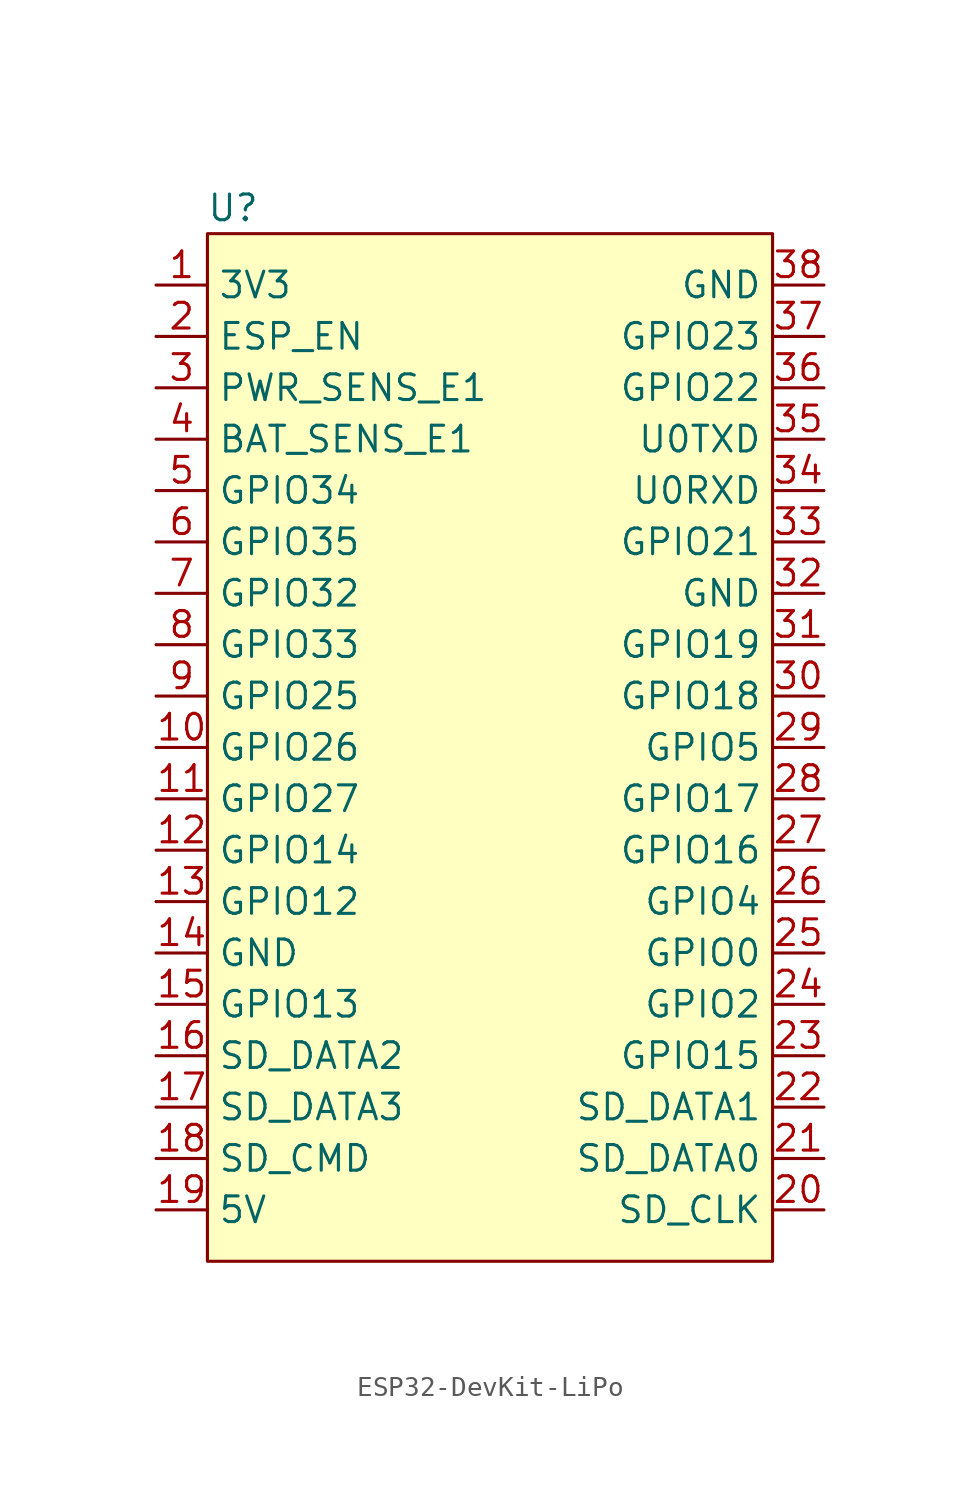
<source format=kicad_sym>
(kicad_symbol_lib
  (version 20220914)
  (generator kicad_symbol_editor)
  (symbol "ESP32-DevKit-LiPo"
    (property "Reference" "U"
      (at -12.7 26.67 0)
      (effects (font (size 1.27 1.27))))
    (property "Value" ""
      (at -7.62 16.51 0)
      (effects (font (size 1.27 1.27))))
    (symbol "ESP32-DevKit-LiPo_1_1"
      (rectangle (start -13.97 25.4) (end 13.97 -25.4) (stroke (width 0) (type default)) (fill (type background)))
      (pin output line (at -16.51 22.86 0) (length 2.54) (name "3V3" (effects (font (size 1.27 1.27)))) (number "1" (effects (font (size 1.27 1.27)))))
      (pin bidirectional line (at -16.51 0 0) (length 2.54) (name "GPIO26" (effects (font (size 1.27 1.27)))) (number "10" (effects (font (size 1.27 1.27)))))
      (pin bidirectional line (at -16.51 -2.54 0) (length 2.54) (name "GPIO27" (effects (font (size 1.27 1.27)))) (number "11" (effects (font (size 1.27 1.27)))))
      (pin bidirectional line (at -16.51 -5.08 0) (length 2.54) (name "GPIO14" (effects (font (size 1.27 1.27)))) (number "12" (effects (font (size 1.27 1.27)))))
      (pin bidirectional line (at -16.51 -7.62 0) (length 2.54) (name "GPIO12" (effects (font (size 1.27 1.27)))) (number "13" (effects (font (size 1.27 1.27)))))
      (pin output line (at -16.51 -10.16 0) (length 2.54) (name "GND" (effects (font (size 1.27 1.27)))) (number "14" (effects (font (size 1.27 1.27)))))
      (pin bidirectional line (at -16.51 -12.7 0) (length 2.54) (name "GPIO13" (effects (font (size 1.27 1.27)))) (number "15" (effects (font (size 1.27 1.27)))))
      (pin bidirectional line (at -16.51 -15.24 0) (length 2.54) (name "SD_DATA2" (effects (font (size 1.27 1.27)))) (number "16" (effects (font (size 1.27 1.27)))))
      (pin bidirectional line (at -16.51 -17.78 0) (length 2.54) (name "SD_DATA3" (effects (font (size 1.27 1.27)))) (number "17" (effects (font (size 1.27 1.27)))))
      (pin bidirectional line (at -16.51 -20.32 0) (length 2.54) (name "SD_CMD" (effects (font (size 1.27 1.27)))) (number "18" (effects (font (size 1.27 1.27)))))
      (pin output line (at -16.51 -22.86 0) (length 2.54) (name "5V" (effects (font (size 1.27 1.27)))) (number "19" (effects (font (size 1.27 1.27)))))
      (pin input line (at -16.51 20.32 0) (length 2.54) (name "ESP_EN" (effects (font (size 1.27 1.27)))) (number "2" (effects (font (size 1.27 1.27)))))
      (pin bidirectional line (at 16.51 -22.86 180) (length 2.54) (name "SD_CLK" (effects (font (size 1.27 1.27)))) (number "20" (effects (font (size 1.27 1.27)))))
      (pin bidirectional line (at 16.51 -20.32 180) (length 2.54) (name "SD_DATA0" (effects (font (size 1.27 1.27)))) (number "21" (effects (font (size 1.27 1.27)))))
      (pin bidirectional line (at 16.51 -17.78 180) (length 2.54) (name "SD_DATA1" (effects (font (size 1.27 1.27)))) (number "22" (effects (font (size 1.27 1.27)))))
      (pin bidirectional line (at 16.51 -15.24 180) (length 2.54) (name "GPIO15" (effects (font (size 1.27 1.27)))) (number "23" (effects (font (size 1.27 1.27)))))
      (pin bidirectional line (at 16.51 -12.7 180) (length 2.54) (name "GPIO2" (effects (font (size 1.27 1.27)))) (number "24" (effects (font (size 1.27 1.27)))))
      (pin bidirectional line (at 16.51 -10.16 180) (length 2.54) (name "GPIO0" (effects (font (size 1.27 1.27)))) (number "25" (effects (font (size 1.27 1.27)))))
      (pin bidirectional line (at 16.51 -7.62 180) (length 2.54) (name "GPIO4" (effects (font (size 1.27 1.27)))) (number "26" (effects (font (size 1.27 1.27)))))
      (pin bidirectional line (at 16.51 -5.08 180) (length 2.54) (name "GPIO16" (effects (font (size 1.27 1.27)))) (number "27" (effects (font (size 1.27 1.27)))))
      (pin bidirectional line (at 16.51 -2.54 180) (length 2.54) (name "GPIO17" (effects (font (size 1.27 1.27)))) (number "28" (effects (font (size 1.27 1.27)))))
      (pin bidirectional line (at 16.51 0 180) (length 2.54) (name "GPIO5" (effects (font (size 1.27 1.27)))) (number "29" (effects (font (size 1.27 1.27)))))
      (pin input line (at -16.51 17.78 0) (length 2.54) (name "PWR_SENS_E1" (effects (font (size 1.27 1.27)))) (number "3" (effects (font (size 1.27 1.27)))))
      (pin bidirectional line (at 16.51 2.54 180) (length 2.54) (name "GPIO18" (effects (font (size 1.27 1.27)))) (number "30" (effects (font (size 1.27 1.27)))))
      (pin bidirectional line (at 16.51 5.08 180) (length 2.54) (name "GPIO19" (effects (font (size 1.27 1.27)))) (number "31" (effects (font (size 1.27 1.27)))))
      (pin output line (at 16.51 7.62 180) (length 2.54) (name "GND" (effects (font (size 1.27 1.27)))) (number "32" (effects (font (size 1.27 1.27)))))
      (pin bidirectional line (at 16.51 10.16 180) (length 2.54) (name "GPIO21" (effects (font (size 1.27 1.27)))) (number "33" (effects (font (size 1.27 1.27)))))
      (pin bidirectional line (at 16.51 12.7 180) (length 2.54) (name "U0RXD" (effects (font (size 1.27 1.27)))) (number "34" (effects (font (size 1.27 1.27)))))
      (pin bidirectional line (at 16.51 15.24 180) (length 2.54) (name "U0TXD" (effects (font (size 1.27 1.27)))) (number "35" (effects (font (size 1.27 1.27)))))
      (pin bidirectional line (at 16.51 17.78 180) (length 2.54) (name "GPIO22" (effects (font (size 1.27 1.27)))) (number "36" (effects (font (size 1.27 1.27)))))
      (pin bidirectional line (at 16.51 20.32 180) (length 2.54) (name "GPIO23" (effects (font (size 1.27 1.27)))) (number "37" (effects (font (size 1.27 1.27)))))
      (pin output line (at 16.51 22.86 180) (length 2.54) (name "GND" (effects (font (size 1.27 1.27)))) (number "38" (effects (font (size 1.27 1.27)))))
      (pin input line (at -16.51 15.24 0) (length 2.54) (name "BAT_SENS_E1" (effects (font (size 1.27 1.27)))) (number "4" (effects (font (size 1.27 1.27)))))
      (pin bidirectional line (at -16.51 12.7 0) (length 2.54) (name "GPIO34" (effects (font (size 1.27 1.27)))) (number "5" (effects (font (size 1.27 1.27)))))
      (pin bidirectional line (at -16.51 10.16 0) (length 2.54) (name "GPIO35" (effects (font (size 1.27 1.27)))) (number "6" (effects (font (size 1.27 1.27)))))
      (pin bidirectional line (at -16.51 7.62 0) (length 2.54) (name "GPIO32" (effects (font (size 1.27 1.27)))) (number "7" (effects (font (size 1.27 1.27)))))
      (pin bidirectional line (at -16.51 5.08 0) (length 2.54) (name "GPIO33" (effects (font (size 1.27 1.27)))) (number "8" (effects (font (size 1.27 1.27)))))
      (pin bidirectional line (at -16.51 2.54 0) (length 2.54) (name "GPIO25" (effects (font (size 1.27 1.27)))) (number "9" (effects (font (size 1.27 1.27))))))))
</source>
